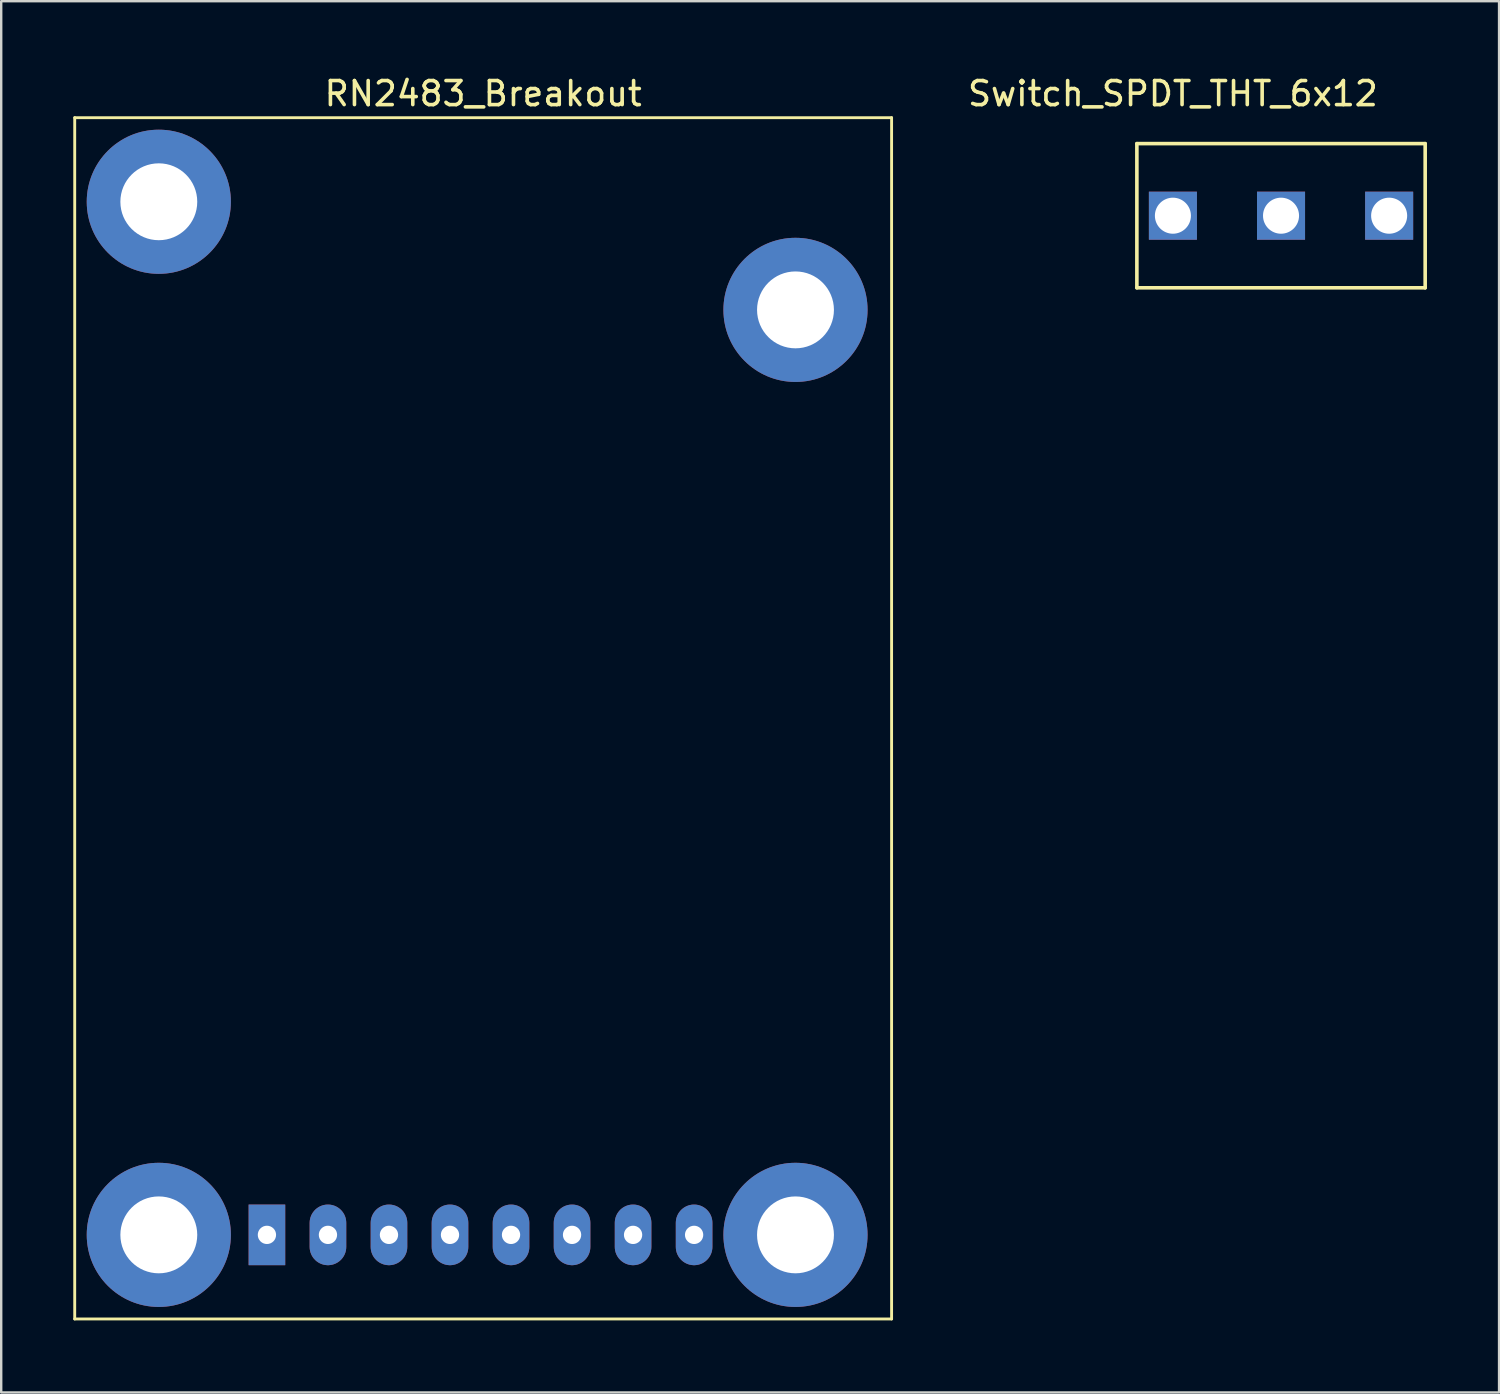
<source format=kicad_pcb>
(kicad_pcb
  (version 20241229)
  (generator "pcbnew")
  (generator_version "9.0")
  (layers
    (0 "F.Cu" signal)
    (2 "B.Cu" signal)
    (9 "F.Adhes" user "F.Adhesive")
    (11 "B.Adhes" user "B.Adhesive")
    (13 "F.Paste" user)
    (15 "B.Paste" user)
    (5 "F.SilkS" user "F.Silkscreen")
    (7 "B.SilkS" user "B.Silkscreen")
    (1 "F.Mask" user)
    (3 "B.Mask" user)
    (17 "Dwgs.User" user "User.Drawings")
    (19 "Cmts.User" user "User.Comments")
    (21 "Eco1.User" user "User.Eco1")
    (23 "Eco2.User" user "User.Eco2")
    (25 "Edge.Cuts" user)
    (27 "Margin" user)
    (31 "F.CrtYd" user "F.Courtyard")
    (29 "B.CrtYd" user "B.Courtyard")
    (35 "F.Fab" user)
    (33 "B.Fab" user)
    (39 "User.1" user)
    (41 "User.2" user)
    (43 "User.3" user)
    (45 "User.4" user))
  (footprint "RN2483_Breakout"
    (layer "F.Cu")
    (at 8.06 48.348)
    (property "Reference" "RN2483_Breakout" (at 9 -47.5 0) (layer "F.SilkS") (effects (font (size 1 1) (thickness 0.15))))
    (attr through_hole)
    (fp_line (start -8 -46.5) (end -8 3.5) (stroke (width 0.12) (type solid)) (layer "F.SilkS"))
    (fp_line (start -8 3.5) (end 26 3.5) (stroke (width 0.12) (type solid)) (layer "F.SilkS"))
    (fp_line (start 26 -46.5) (end -8 -46.5) (stroke (width 0.12) (type solid)) (layer "F.SilkS"))
    (fp_line (start 26 3.5) (end 26 -46.5) (stroke (width 0.12) (type solid)) (layer "F.SilkS"))
    (pad "" np_thru_hole circle (at -4.5 -43) (size 6 6) (drill 3.2) (layers "*.Cu" "*.Mask"))
    (pad "" np_thru_hole circle (at -4.5 0) (size 6 6) (drill 3.2) (layers "*.Cu" "*.Mask"))
    (pad "" np_thru_hole circle (at 22 -38.5) (size 6 6) (drill 3.2) (layers "*.Cu" "*.Mask"))
    (pad "" np_thru_hole circle (at 22 0) (size 6 6) (drill 3.2) (layers "*.Cu" "*.Mask"))
    (pad "1" thru_hole rect (at 0 0) (size 1.524 2.524) (drill 0.762) (layers "*.Cu" "*.Mask"))
    (pad "2" thru_hole oval (at 2.54 0) (size 1.524 2.524) (drill 0.762) (layers "*.Cu" "*.Mask"))
    (pad "3" thru_hole oval (at 5.08 0) (size 1.524 2.524) (drill 0.762) (layers "*.Cu" "*.Mask"))
    (pad "4" thru_hole oval (at 7.62 0) (size 1.524 2.524) (drill 0.762) (layers "*.Cu" "*.Mask"))
    (pad "5" thru_hole oval (at 10.16 0) (size 1.524 2.524) (drill 0.762) (layers "*.Cu" "*.Mask"))
    (pad "6" thru_hole oval (at 12.7 0) (size 1.524 2.524) (drill 0.762) (layers "*.Cu" "*.Mask"))
    (pad "7" thru_hole oval (at 15.24 0) (size 1.524 2.524) (drill 0.762) (layers "*.Cu" "*.Mask"))
    (pad "8" thru_hole oval (at 17.78 0) (size 1.524 2.524) (drill 0.762) (layers "*.Cu" "*.Mask")))
  (footprint "Switch_SPDT_THT_6x12"
    (layer "F.Cu")
    (at 45.769 5.928)
    (property "Reference" "Switch_SPDT_THT_6x12" (at 0 -5.08 0) (layer "F.SilkS") (effects (font (size 1 1) (thickness 0.15))))
    (attr through_hole)
    (fp_line (start -1.5 -3) (end 10.5 -3) (stroke (width 0.15) (type solid)) (layer "F.SilkS"))
    (fp_line (start -1.5 3) (end -1.5 -3) (stroke (width 0.15) (type solid)) (layer "F.SilkS"))
    (fp_line (start 10.5 -3) (end 10.5 3) (stroke (width 0.15) (type solid)) (layer "F.SilkS"))
    (fp_line (start 10.5 3) (end -1.5 3) (stroke (width 0.15) (type solid)) (layer "F.SilkS"))
    (pad "1" thru_hole rect (at 0 0) (size 2 2) (drill 1.5) (layers "*.Cu" "*.Mask"))
    (pad "2" thru_hole rect (at 4.5 0) (size 2 2) (drill 1.5) (layers "*.Cu" "*.Mask"))
    (pad "3" thru_hole rect (at 9 0) (size 2 2) (drill 1.5) (layers "*.Cu" "*.Mask")))
  (gr_rect
    (start -3 -3)
    (end 59.344 54.908)
    (stroke (width 0.1) (type default))
    (fill no)
    (layer "Edge.Cuts")))
</source>
